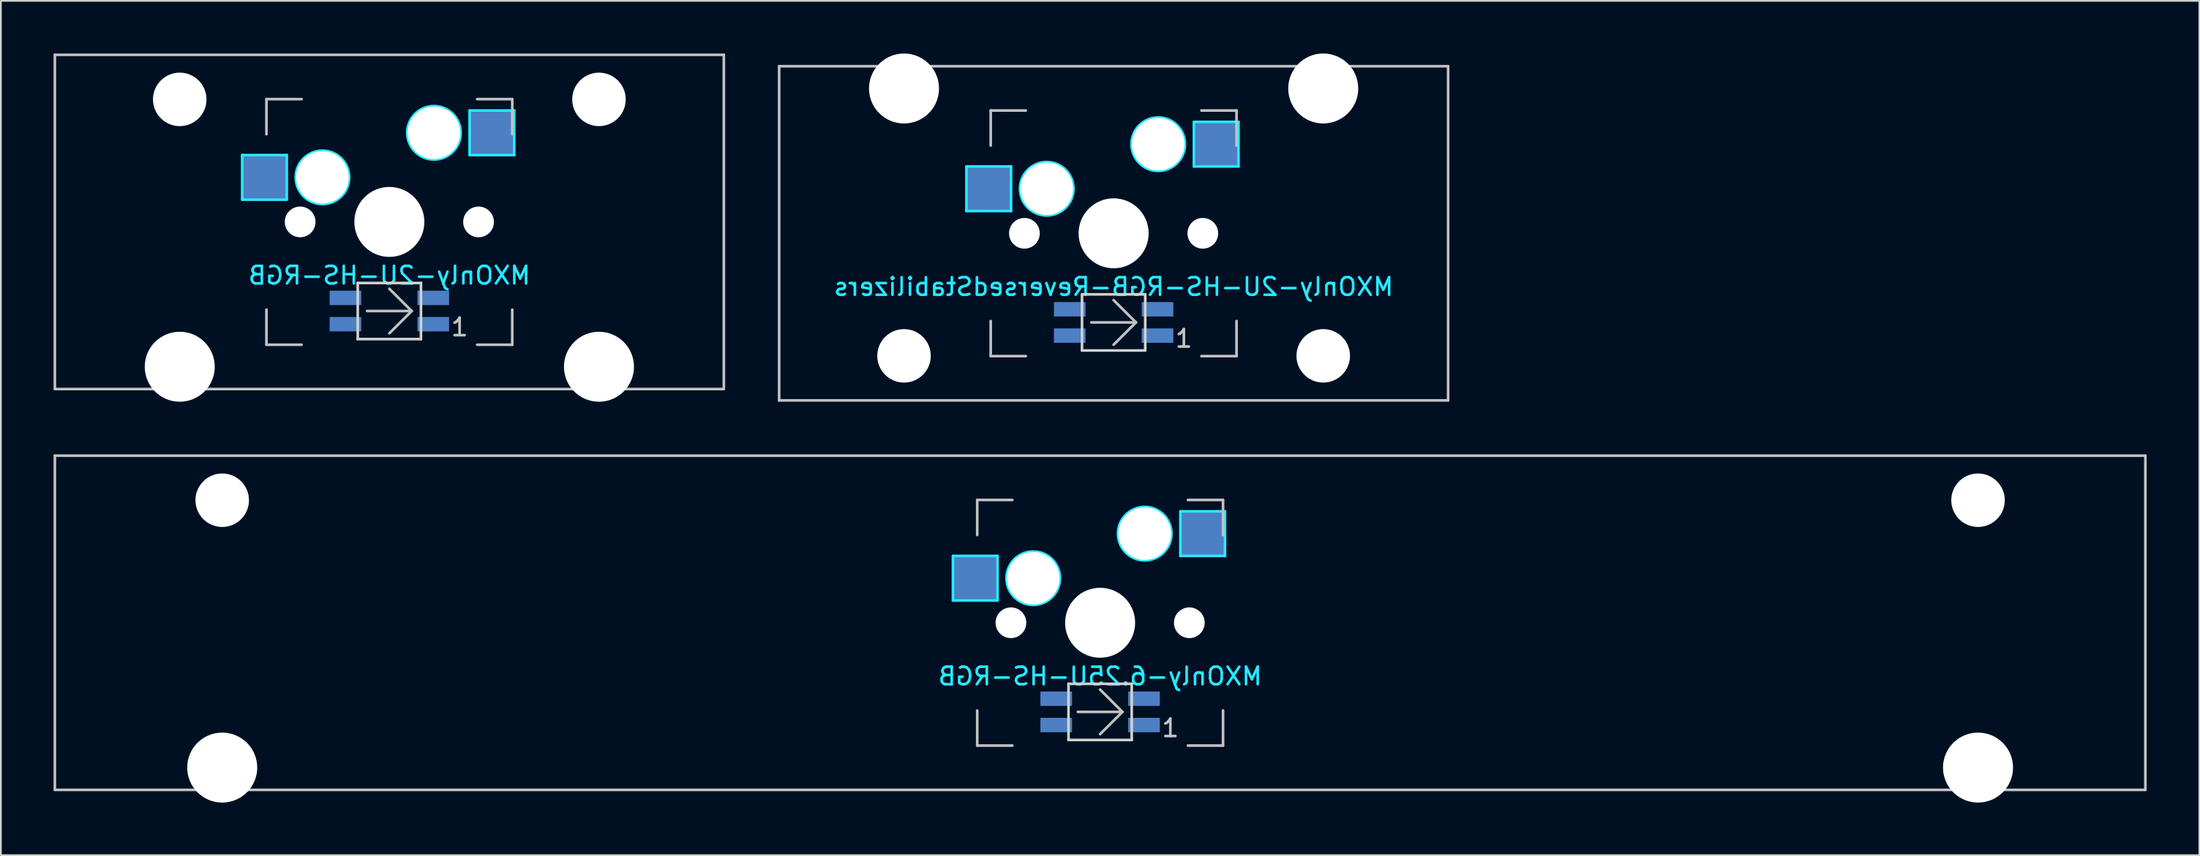
<source format=kicad_pcb>
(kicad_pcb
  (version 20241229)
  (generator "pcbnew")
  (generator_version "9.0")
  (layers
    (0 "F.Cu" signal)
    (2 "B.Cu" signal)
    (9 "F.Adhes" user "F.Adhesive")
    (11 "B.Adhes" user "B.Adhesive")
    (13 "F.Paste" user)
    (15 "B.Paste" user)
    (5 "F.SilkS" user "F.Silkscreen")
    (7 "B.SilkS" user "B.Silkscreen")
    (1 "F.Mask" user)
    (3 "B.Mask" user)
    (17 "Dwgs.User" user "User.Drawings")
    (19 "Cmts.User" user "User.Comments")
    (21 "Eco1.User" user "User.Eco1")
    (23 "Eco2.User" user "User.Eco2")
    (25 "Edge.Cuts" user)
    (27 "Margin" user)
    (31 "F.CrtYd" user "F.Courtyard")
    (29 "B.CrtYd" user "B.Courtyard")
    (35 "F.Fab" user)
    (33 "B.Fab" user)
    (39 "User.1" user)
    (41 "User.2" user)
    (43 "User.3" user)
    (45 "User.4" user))
  (footprint "MXOnly-2U-HS-RGB"
    (layer "F.Cu")
    (at 19.125 9.6)
    (property "Reference" "MXOnly-2U-HS-RGB" (at 0 3.048 0) (layer "B.CrtYd") (effects (font (size 1 1) (thickness 0.15)) (justify mirror)))
    (attr smd)
    (fp_line (start -19.05 -9.525) (end 19.05 -9.525) (stroke (width 0.15) (type solid)) (layer "Dwgs.User"))
    (fp_line (start -19.05 9.525) (end -19.05 -9.525) (stroke (width 0.15) (type solid)) (layer "Dwgs.User"))
    (fp_line (start -7 -7) (end -7 -5) (stroke (width 0.15) (type solid)) (layer "Dwgs.User"))
    (fp_line (start -7 5) (end -7 7) (stroke (width 0.15) (type solid)) (layer "Dwgs.User"))
    (fp_line (start -7 7) (end -5 7) (stroke (width 0.15) (type solid)) (layer "Dwgs.User"))
    (fp_line (start -5 -7) (end -7 -7) (stroke (width 0.15) (type solid)) (layer "Dwgs.User"))
    (fp_line (start -1.27 5.08) (end 1.27 5.08) (stroke (width 0.15) (type solid)) (layer "Dwgs.User"))
    (fp_line (start 1.27 5.08) (end 0 3.81) (stroke (width 0.15) (type solid)) (layer "Dwgs.User"))
    (fp_line (start 1.27 5.08) (end 0 6.35) (stroke (width 0.15) (type solid)) (layer "Dwgs.User"))
    (fp_line (start 5 -7) (end 7 -7) (stroke (width 0.15) (type solid)) (layer "Dwgs.User"))
    (fp_line (start 5 7) (end 7 7) (stroke (width 0.15) (type solid)) (layer "Dwgs.User"))
    (fp_line (start 7 -7) (end 7 -5) (stroke (width 0.15) (type solid)) (layer "Dwgs.User"))
    (fp_line (start 7 7) (end 7 5) (stroke (width 0.15) (type solid)) (layer "Dwgs.User"))
    (fp_line (start 19.05 -9.525) (end 19.05 9.525) (stroke (width 0.15) (type solid)) (layer "Dwgs.User"))
    (fp_line (start 19.05 9.525) (end -19.05 9.525) (stroke (width 0.15) (type solid)) (layer "Dwgs.User"))
    (fp_line (start -1.8 3.48) (end -1.8 6.68) (stroke (width 0.15) (type solid)) (layer "Edge.Cuts"))
    (fp_line (start -1.8 3.48) (end 1.8 3.48) (stroke (width 0.15) (type solid)) (layer "Edge.Cuts"))
    (fp_line (start 1.8 3.48) (end 1.8 6.68) (stroke (width 0.15) (type solid)) (layer "Edge.Cuts"))
    (fp_line (start 1.8 6.68) (end -1.8 6.68) (stroke (width 0.15) (type solid)) (layer "Edge.Cuts"))
    (fp_line (start -8.382 -3.81) (end -5.842 -3.81) (stroke (width 0.15) (type solid)) (layer "B.CrtYd"))
    (fp_line (start -8.382 -1.27) (end -8.382 -3.81) (stroke (width 0.15) (type solid)) (layer "B.CrtYd"))
    (fp_line (start -5.842 -3.81) (end -5.842 -1.27) (stroke (width 0.15) (type solid)) (layer "B.CrtYd"))
    (fp_line (start -5.842 -1.27) (end -8.382 -1.27) (stroke (width 0.15) (type solid)) (layer "B.CrtYd"))
    (fp_line (start 4.572 -6.35) (end 7.112 -6.35) (stroke (width 0.15) (type solid)) (layer "B.CrtYd"))
    (fp_line (start 4.572 -3.81) (end 4.572 -6.35) (stroke (width 0.15) (type solid)) (layer "B.CrtYd"))
    (fp_line (start 7.112 -6.35) (end 7.112 -3.81) (stroke (width 0.15) (type solid)) (layer "B.CrtYd"))
    (fp_line (start 7.112 -3.81) (end 4.572 -3.81) (stroke (width 0.15) (type solid)) (layer "B.CrtYd"))
    (fp_circle (center -3.81 -2.54) (end -3.81 -4.064) (stroke (width 0.15) (type solid)) (fill no) (layer "B.CrtYd"))
    (fp_circle (center 2.54 -5.08) (end 2.54 -6.604) (stroke (width 0.15) (type solid)) (fill no) (layer "B.CrtYd"))
    (fp_text user "1" (at 4 6 0) (layer "Dwgs.User") (effects (font (size 1 1) (thickness 0.15))))
    (pad "" np_thru_hole circle (at -11.938 -6.985) (size 3.048 3.048) (drill 3.048) (layers "*.Cu" "*.Mask"))
    (pad "" np_thru_hole circle (at -11.938 8.255) (size 3.988 3.988) (drill 3.988) (layers "*.Cu" "*.Mask"))
    (pad "" np_thru_hole circle (at -5.08 0 48.1) (size 1.75 1.75) (drill 1.75) (layers "*.Cu" "*.Mask"))
    (pad "" np_thru_hole circle (at -3.81 -2.54) (size 3 3) (drill 3) (layers "*.Cu" "*.Mask"))
    (pad "" np_thru_hole circle (at 0 0) (size 3.988 3.988) (drill 3.988) (layers "*.Cu" "*.Mask"))
    (pad "" np_thru_hole circle (at 2.54 -5.08) (size 3 3) (drill 3) (layers "*.Cu" "*.Mask"))
    (pad "" np_thru_hole circle (at 5.08 0 48.1) (size 1.75 1.75) (drill 1.75) (layers "*.Cu" "*.Mask"))
    (pad "" np_thru_hole circle (at 11.938 -6.985) (size 3.048 3.048) (drill 3.048) (layers "*.Cu" "*.Mask"))
    (pad "" np_thru_hole circle (at 11.938 8.255) (size 3.988 3.988) (drill 3.988) (layers "*.Cu" "*.Mask"))
    (pad "1" smd rect (at -7.085 -2.54) (size 2.55 2.5) (layers "B.Cu" "B.Mask" "B.Paste"))
    (pad "2" smd rect (at 5.842 -5.08) (size 2.55 2.5) (layers "B.Cu" "B.Mask" "B.Paste"))
    (pad "3" smd rect (at 2.5 5.83) (size 1.8 0.82) (layers "B.Cu" "B.Mask" "B.Paste"))
    (pad "4" smd rect (at 2.5 4.33) (size 1.8 0.82) (layers "B.Cu" "B.Mask" "B.Paste"))
    (pad "5" smd rect (at -2.5 4.33) (size 1.8 0.82) (layers "B.Cu" "B.Mask" "B.Paste"))
    (pad "6" smd rect (at -2.5 5.83) (size 1.8 0.82) (layers "B.Cu" "B.Mask" "B.Paste")))
  (footprint "MXOnly-6.25U-HS-RGB"
    (layer "F.Cu")
    (at 59.606 32.449)
    (property "Reference" "MXOnly-6.25U-HS-RGB" (at 0 3.048 0) (layer "B.CrtYd") (effects (font (size 1 1) (thickness 0.15)) (justify mirror)))
    (attr smd)
    (fp_line (start -59.531 -9.525) (end 59.531 -9.525) (stroke (width 0.15) (type solid)) (layer "Dwgs.User"))
    (fp_line (start -59.531 9.525) (end -59.531 -9.525) (stroke (width 0.15) (type solid)) (layer "Dwgs.User"))
    (fp_line (start -7 -7) (end -7 -5) (stroke (width 0.15) (type solid)) (layer "Dwgs.User"))
    (fp_line (start -7 5) (end -7 7) (stroke (width 0.15) (type solid)) (layer "Dwgs.User"))
    (fp_line (start -7 7) (end -5 7) (stroke (width 0.15) (type solid)) (layer "Dwgs.User"))
    (fp_line (start -5 -7) (end -7 -7) (stroke (width 0.15) (type solid)) (layer "Dwgs.User"))
    (fp_line (start -1.27 5.08) (end 1.27 5.08) (stroke (width 0.15) (type solid)) (layer "Dwgs.User"))
    (fp_line (start 1.27 5.08) (end 0 3.81) (stroke (width 0.15) (type solid)) (layer "Dwgs.User"))
    (fp_line (start 1.27 5.08) (end 0 6.35) (stroke (width 0.15) (type solid)) (layer "Dwgs.User"))
    (fp_line (start 5 -7) (end 7 -7) (stroke (width 0.15) (type solid)) (layer "Dwgs.User"))
    (fp_line (start 5 7) (end 7 7) (stroke (width 0.15) (type solid)) (layer "Dwgs.User"))
    (fp_line (start 7 -7) (end 7 -5) (stroke (width 0.15) (type solid)) (layer "Dwgs.User"))
    (fp_line (start 7 7) (end 7 5) (stroke (width 0.15) (type solid)) (layer "Dwgs.User"))
    (fp_line (start 59.531 -9.525) (end 59.531 9.525) (stroke (width 0.15) (type solid)) (layer "Dwgs.User"))
    (fp_line (start 59.531 9.525) (end -59.531 9.525) (stroke (width 0.15) (type solid)) (layer "Dwgs.User"))
    (fp_line (start -1.8 3.48) (end -1.8 6.68) (stroke (width 0.15) (type solid)) (layer "Edge.Cuts"))
    (fp_line (start -1.8 3.48) (end 1.8 3.48) (stroke (width 0.15) (type solid)) (layer "Edge.Cuts"))
    (fp_line (start 1.8 3.48) (end 1.8 6.68) (stroke (width 0.15) (type solid)) (layer "Edge.Cuts"))
    (fp_line (start 1.8 6.68) (end -1.8 6.68) (stroke (width 0.15) (type solid)) (layer "Edge.Cuts"))
    (fp_line (start -8.382 -3.81) (end -5.842 -3.81) (stroke (width 0.15) (type solid)) (layer "B.CrtYd"))
    (fp_line (start -8.382 -1.27) (end -8.382 -3.81) (stroke (width 0.15) (type solid)) (layer "B.CrtYd"))
    (fp_line (start -5.842 -3.81) (end -5.842 -1.27) (stroke (width 0.15) (type solid)) (layer "B.CrtYd"))
    (fp_line (start -5.842 -1.27) (end -8.382 -1.27) (stroke (width 0.15) (type solid)) (layer "B.CrtYd"))
    (fp_line (start 4.572 -6.35) (end 7.112 -6.35) (stroke (width 0.15) (type solid)) (layer "B.CrtYd"))
    (fp_line (start 4.572 -3.81) (end 4.572 -6.35) (stroke (width 0.15) (type solid)) (layer "B.CrtYd"))
    (fp_line (start 7.112 -6.35) (end 7.112 -3.81) (stroke (width 0.15) (type solid)) (layer "B.CrtYd"))
    (fp_line (start 7.112 -3.81) (end 4.572 -3.81) (stroke (width 0.15) (type solid)) (layer "B.CrtYd"))
    (fp_circle (center -3.81 -2.54) (end -3.81 -4.064) (stroke (width 0.15) (type solid)) (fill no) (layer "B.CrtYd"))
    (fp_circle (center 2.54 -5.08) (end 2.54 -6.604) (stroke (width 0.15) (type solid)) (fill no) (layer "B.CrtYd"))
    (fp_text user "1" (at 4 6 0) (layer "Dwgs.User") (effects (font (size 1 1) (thickness 0.15))))
    (pad "" np_thru_hole circle (at -50 -6.985) (size 3.048 3.048) (drill 3.048) (layers "*.Cu" "*.Mask"))
    (pad "" np_thru_hole circle (at -50 8.255) (size 3.988 3.988) (drill 3.988) (layers "*.Cu" "*.Mask"))
    (pad "" np_thru_hole circle (at -5.08 0 48.1) (size 1.75 1.75) (drill 1.75) (layers "*.Cu" "*.Mask"))
    (pad "" np_thru_hole circle (at -3.81 -2.54) (size 3 3) (drill 3) (layers "*.Cu" "*.Mask"))
    (pad "" np_thru_hole circle (at 0 0) (size 3.988 3.988) (drill 3.988) (layers "*.Cu" "*.Mask"))
    (pad "" np_thru_hole circle (at 2.54 -5.08) (size 3 3) (drill 3) (layers "*.Cu" "*.Mask"))
    (pad "" np_thru_hole circle (at 5.08 0 48.1) (size 1.75 1.75) (drill 1.75) (layers "*.Cu" "*.Mask"))
    (pad "" np_thru_hole circle (at 50 -6.985) (size 3.048 3.048) (drill 3.048) (layers "*.Cu" "*.Mask"))
    (pad "" np_thru_hole circle (at 50 8.255) (size 3.988 3.988) (drill 3.988) (layers "*.Cu" "*.Mask"))
    (pad "1" smd rect (at -7.085 -2.54) (size 2.55 2.5) (layers "B.Cu" "B.Mask" "B.Paste"))
    (pad "2" smd rect (at 5.842 -5.08) (size 2.55 2.5) (layers "B.Cu" "B.Mask" "B.Paste"))
    (pad "3" smd rect (at 2.5 5.83) (size 1.8 0.82) (layers "B.Cu" "B.Mask" "B.Paste"))
    (pad "4" smd rect (at 2.5 4.33) (size 1.8 0.82) (layers "B.Cu" "B.Mask" "B.Paste"))
    (pad "5" smd rect (at -2.5 4.33) (size 1.8 0.82) (layers "B.Cu" "B.Mask" "B.Paste"))
    (pad "6" smd rect (at -2.5 5.83) (size 1.8 0.82) (layers "B.Cu" "B.Mask" "B.Paste")))
  (footprint "MXOnly-2U-HS-RGB-ReversedStabilizers"
    (layer "F.Cu")
    (at 60.375 10.249)
    (property "Reference" "MXOnly-2U-HS-RGB-ReversedStabilizers" (at 0 3.048 0) (layer "B.CrtYd") (effects (font (size 1 1) (thickness 0.15)) (justify mirror)))
    (attr smd)
    (fp_line (start -19.05 -9.525) (end 19.05 -9.525) (stroke (width 0.15) (type solid)) (layer "Dwgs.User"))
    (fp_line (start -19.05 9.525) (end -19.05 -9.525) (stroke (width 0.15) (type solid)) (layer "Dwgs.User"))
    (fp_line (start -7 -7) (end -7 -5) (stroke (width 0.15) (type solid)) (layer "Dwgs.User"))
    (fp_line (start -7 5) (end -7 7) (stroke (width 0.15) (type solid)) (layer "Dwgs.User"))
    (fp_line (start -7 7) (end -5 7) (stroke (width 0.15) (type solid)) (layer "Dwgs.User"))
    (fp_line (start -5 -7) (end -7 -7) (stroke (width 0.15) (type solid)) (layer "Dwgs.User"))
    (fp_line (start -1.27 5.08) (end 1.27 5.08) (stroke (width 0.15) (type solid)) (layer "Dwgs.User"))
    (fp_line (start 1.27 5.08) (end 0 3.81) (stroke (width 0.15) (type solid)) (layer "Dwgs.User"))
    (fp_line (start 1.27 5.08) (end 0 6.35) (stroke (width 0.15) (type solid)) (layer "Dwgs.User"))
    (fp_line (start 5 -7) (end 7 -7) (stroke (width 0.15) (type solid)) (layer "Dwgs.User"))
    (fp_line (start 5 7) (end 7 7) (stroke (width 0.15) (type solid)) (layer "Dwgs.User"))
    (fp_line (start 7 -7) (end 7 -5) (stroke (width 0.15) (type solid)) (layer "Dwgs.User"))
    (fp_line (start 7 7) (end 7 5) (stroke (width 0.15) (type solid)) (layer "Dwgs.User"))
    (fp_line (start 19.05 -9.525) (end 19.05 9.525) (stroke (width 0.15) (type solid)) (layer "Dwgs.User"))
    (fp_line (start 19.05 9.525) (end -19.05 9.525) (stroke (width 0.15) (type solid)) (layer "Dwgs.User"))
    (fp_line (start -1.8 3.48) (end -1.8 6.68) (stroke (width 0.15) (type solid)) (layer "Edge.Cuts"))
    (fp_line (start -1.8 3.48) (end 1.8 3.48) (stroke (width 0.15) (type solid)) (layer "Edge.Cuts"))
    (fp_line (start 1.8 3.48) (end 1.8 6.68) (stroke (width 0.15) (type solid)) (layer "Edge.Cuts"))
    (fp_line (start 1.8 6.68) (end -1.8 6.68) (stroke (width 0.15) (type solid)) (layer "Edge.Cuts"))
    (fp_line (start -8.382 -3.81) (end -5.842 -3.81) (stroke (width 0.15) (type solid)) (layer "B.CrtYd"))
    (fp_line (start -8.382 -1.27) (end -8.382 -3.81) (stroke (width 0.15) (type solid)) (layer "B.CrtYd"))
    (fp_line (start -5.842 -3.81) (end -5.842 -1.27) (stroke (width 0.15) (type solid)) (layer "B.CrtYd"))
    (fp_line (start -5.842 -1.27) (end -8.382 -1.27) (stroke (width 0.15) (type solid)) (layer "B.CrtYd"))
    (fp_line (start 4.572 -6.35) (end 7.112 -6.35) (stroke (width 0.15) (type solid)) (layer "B.CrtYd"))
    (fp_line (start 4.572 -3.81) (end 4.572 -6.35) (stroke (width 0.15) (type solid)) (layer "B.CrtYd"))
    (fp_line (start 7.112 -6.35) (end 7.112 -3.81) (stroke (width 0.15) (type solid)) (layer "B.CrtYd"))
    (fp_line (start 7.112 -3.81) (end 4.572 -3.81) (stroke (width 0.15) (type solid)) (layer "B.CrtYd"))
    (fp_circle (center -3.81 -2.54) (end -3.81 -4.064) (stroke (width 0.15) (type solid)) (fill no) (layer "B.CrtYd"))
    (fp_circle (center 2.54 -5.08) (end 2.54 -6.604) (stroke (width 0.15) (type solid)) (fill no) (layer "B.CrtYd"))
    (fp_text user "1" (at 4 6 0) (layer "Dwgs.User") (effects (font (size 1 1) (thickness 0.15))))
    (pad "" np_thru_hole circle (at -11.938 -8.255) (size 3.988 3.988) (drill 3.988) (layers "*.Cu" "*.Mask"))
    (pad "" np_thru_hole circle (at -11.938 6.985) (size 3.048 3.048) (drill 3.048) (layers "*.Cu" "*.Mask"))
    (pad "" np_thru_hole circle (at -5.08 0 48.1) (size 1.75 1.75) (drill 1.75) (layers "*.Cu" "*.Mask"))
    (pad "" np_thru_hole circle (at -3.81 -2.54) (size 3 3) (drill 3) (layers "*.Cu" "*.Mask"))
    (pad "" np_thru_hole circle (at 0 0) (size 3.988 3.988) (drill 3.988) (layers "*.Cu" "*.Mask"))
    (pad "" np_thru_hole circle (at 2.54 -5.08) (size 3 3) (drill 3) (layers "*.Cu" "*.Mask"))
    (pad "" np_thru_hole circle (at 5.08 0 48.1) (size 1.75 1.75) (drill 1.75) (layers "*.Cu" "*.Mask"))
    (pad "" np_thru_hole circle (at 11.938 -8.255) (size 3.988 3.988) (drill 3.988) (layers "*.Cu" "*.Mask"))
    (pad "" np_thru_hole circle (at 11.938 6.985) (size 3.048 3.048) (drill 3.048) (layers "*.Cu" "*.Mask"))
    (pad "1" smd rect (at -7.085 -2.54) (size 2.55 2.5) (layers "B.Cu" "B.Mask" "B.Paste"))
    (pad "2" smd rect (at 5.842 -5.08) (size 2.55 2.5) (layers "B.Cu" "B.Mask" "B.Paste"))
    (pad "3" smd rect (at 2.5 5.83) (size 1.8 0.82) (layers "B.Cu" "B.Mask" "B.Paste"))
    (pad "4" smd rect (at 2.5 4.33) (size 1.8 0.82) (layers "B.Cu" "B.Mask" "B.Paste"))
    (pad "5" smd rect (at -2.5 4.33) (size 1.8 0.82) (layers "B.Cu" "B.Mask" "B.Paste"))
    (pad "6" smd rect (at -2.5 5.83) (size 1.8 0.82) (layers "B.Cu" "B.Mask" "B.Paste")))
  (gr_rect
    (start -3 -3)
    (end 122.213 45.698)
    (stroke (width 0.1) (type default))
    (fill no)
    (layer "Edge.Cuts")))
</source>
